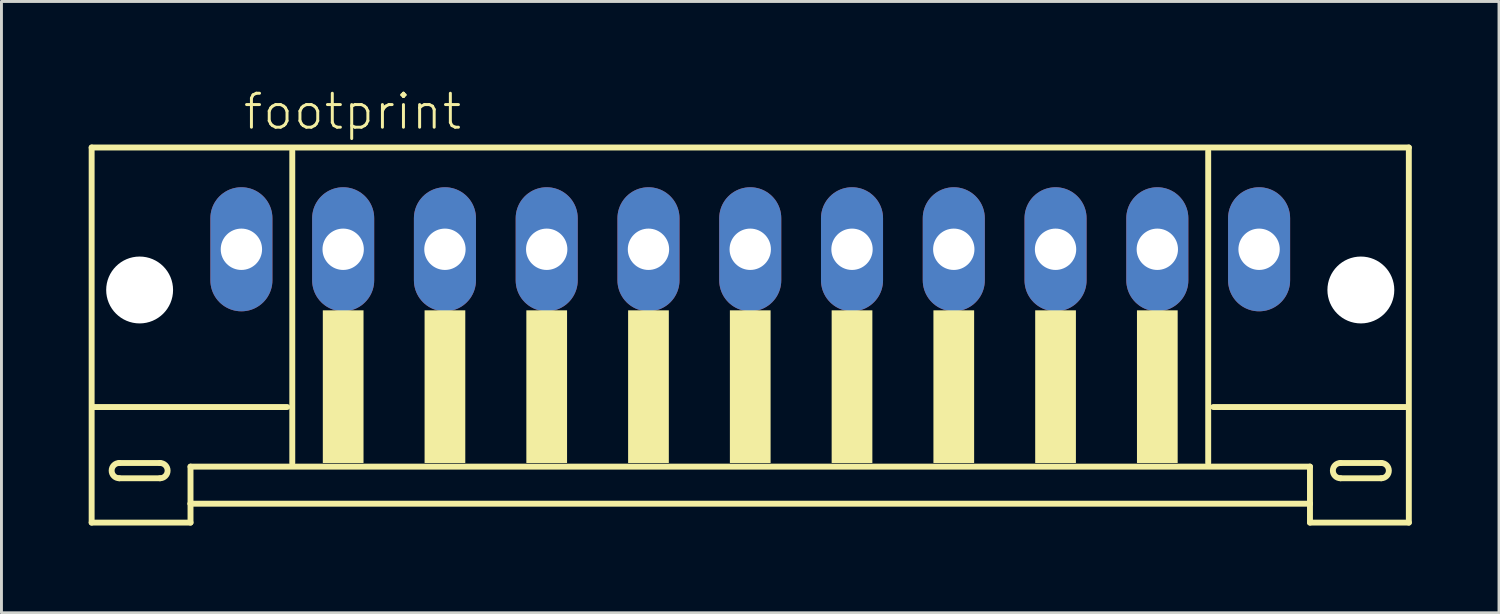
<source format=kicad_pcb>
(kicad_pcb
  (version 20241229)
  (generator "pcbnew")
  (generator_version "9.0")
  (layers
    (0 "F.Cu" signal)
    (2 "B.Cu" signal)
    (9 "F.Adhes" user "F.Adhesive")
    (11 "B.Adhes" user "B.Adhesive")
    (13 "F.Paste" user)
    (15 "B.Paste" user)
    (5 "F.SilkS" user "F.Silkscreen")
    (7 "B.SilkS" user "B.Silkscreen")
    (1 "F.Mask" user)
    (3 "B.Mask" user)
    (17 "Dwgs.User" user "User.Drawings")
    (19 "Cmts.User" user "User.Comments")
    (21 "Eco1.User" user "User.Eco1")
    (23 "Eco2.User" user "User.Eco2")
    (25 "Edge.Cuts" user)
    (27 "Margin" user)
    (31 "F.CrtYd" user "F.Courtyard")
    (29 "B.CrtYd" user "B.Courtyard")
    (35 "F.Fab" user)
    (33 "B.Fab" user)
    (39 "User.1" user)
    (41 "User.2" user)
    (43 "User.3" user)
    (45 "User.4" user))
  (footprint "footprint"
    (layer "F.Cu")
    (at 22.752 7.273)
    (property "Reference" "footprint" (at -17.5 -5.8 0) (layer "F.SilkS") (effects (font (size 1.168 1.168) (thickness 0.102)) (justify left bottom)))
    (fp_line (start -22.65 -5.25) (end -22.65 7.65) (stroke (width 0.203) (type solid)) (layer "F.SilkS"))
    (fp_line (start -22.65 7.65) (end -19.25 7.65) (stroke (width 0.203) (type solid)) (layer "F.SilkS"))
    (fp_line (start -21.7 5.6) (end -20.3 5.6) (stroke (width 0.203) (type solid)) (layer "F.SilkS"))
    (fp_line (start -20.3 6.125) (end -21.7 6.125) (stroke (width 0.203) (type solid)) (layer "F.SilkS"))
    (fp_line (start -19.25 5.725) (end 19.25 5.725) (stroke (width 0.203) (type solid)) (layer "F.SilkS"))
    (fp_line (start -19.25 7) (end -19.25 5.725) (stroke (width 0.203) (type solid)) (layer "F.SilkS"))
    (fp_line (start -19.25 7) (end 19.25 7) (stroke (width 0.203) (type solid)) (layer "F.SilkS"))
    (fp_line (start -19.25 7.65) (end -19.25 7) (stroke (width 0.203) (type solid)) (layer "F.SilkS"))
    (fp_line (start -15.925 3.675) (end -22.575 3.675) (stroke (width 0.203) (type solid)) (layer "F.SilkS"))
    (fp_line (start -15.75 -5.125) (end -15.75 5.6) (stroke (width 0.203) (type solid)) (layer "F.SilkS"))
    (fp_line (start 15.75 5.6) (end 15.75 -5.125) (stroke (width 0.203) (type solid)) (layer "F.SilkS"))
    (fp_line (start 19.25 5.725) (end 19.25 7) (stroke (width 0.203) (type solid)) (layer "F.SilkS"))
    (fp_line (start 19.25 7) (end 19.25 7.65) (stroke (width 0.203) (type solid)) (layer "F.SilkS"))
    (fp_line (start 19.25 7.65) (end 22.65 7.65) (stroke (width 0.203) (type solid)) (layer "F.SilkS"))
    (fp_line (start 20.3 5.6) (end 21.7 5.6) (stroke (width 0.203) (type solid)) (layer "F.SilkS"))
    (fp_line (start 21.7 6.125) (end 20.3 6.125) (stroke (width 0.203) (type solid)) (layer "F.SilkS"))
    (fp_line (start 22.575 3.675) (end 15.925 3.675) (stroke (width 0.203) (type solid)) (layer "F.SilkS"))
    (fp_line (start 22.65 -5.25) (end -22.65 -5.25) (stroke (width 0.203) (type solid)) (layer "F.SilkS"))
    (fp_line (start 22.65 7.65) (end 22.65 -5.25) (stroke (width 0.203) (type solid)) (layer "F.SilkS"))
    (fp_arc (start -21.7 6.125) (mid -21.9625 5.8625) (end -21.7 5.6) (stroke (width 0.2032) (type solid)) (layer "F.SilkS"))
    (fp_arc (start -20.3 5.6) (mid -20.0375 5.8625) (end -20.3 6.125) (stroke (width 0.2032) (type solid)) (layer "F.SilkS"))
    (fp_arc (start 20.3 6.125) (mid 20.0375 5.8625) (end 20.3 5.6) (stroke (width 0.2032) (type solid)) (layer "F.SilkS"))
    (fp_arc (start 21.7 5.6) (mid 21.9625 5.8625) (end 21.7 6.125) (stroke (width 0.2032) (type solid)) (layer "F.SilkS"))
    (fp_poly (pts (xy -14.7 5.6) (xy -13.3 5.6) (xy -13.3 0.35) (xy -14.7 0.35)) (stroke (width 0) (type solid)) (fill yes) (layer "F.SilkS"))
    (fp_poly (pts (xy -11.2 5.6) (xy -9.8 5.6) (xy -9.8 0.35) (xy -11.2 0.35)) (stroke (width 0) (type solid)) (fill yes) (layer "F.SilkS"))
    (fp_poly (pts (xy -7.7 5.6) (xy -6.3 5.6) (xy -6.3 0.35) (xy -7.7 0.35)) (stroke (width 0) (type solid)) (fill yes) (layer "F.SilkS"))
    (fp_poly (pts (xy -4.2 5.6) (xy -2.8 5.6) (xy -2.8 0.35) (xy -4.2 0.35)) (stroke (width 0) (type solid)) (fill yes) (layer "F.SilkS"))
    (fp_poly (pts (xy -0.7 5.6) (xy 0.7 5.6) (xy 0.7 0.35) (xy -0.7 0.35)) (stroke (width 0) (type solid)) (fill yes) (layer "F.SilkS"))
    (fp_poly (pts (xy 2.8 5.6) (xy 4.2 5.6) (xy 4.2 0.35) (xy 2.8 0.35)) (stroke (width 0) (type solid)) (fill yes) (layer "F.SilkS"))
    (fp_poly (pts (xy 6.3 5.6) (xy 7.7 5.6) (xy 7.7 0.35) (xy 6.3 0.35)) (stroke (width 0) (type solid)) (fill yes) (layer "F.SilkS"))
    (fp_poly (pts (xy 9.8 5.6) (xy 11.2 5.6) (xy 11.2 0.35) (xy 9.8 0.35)) (stroke (width 0) (type solid)) (fill yes) (layer "F.SilkS"))
    (fp_poly (pts (xy 13.3 5.6) (xy 14.7 5.6) (xy 14.7 0.35) (xy 13.3 0.35)) (stroke (width 0) (type solid)) (fill yes) (layer "F.SilkS"))
    (pad "" np_thru_hole circle (at -21 -0.35) (size 2.3 2.3) (drill 2.3) (layers "*.Cu" "*.Mask"))
    (pad "" np_thru_hole circle (at 21 -0.35) (size 2.3 2.3) (drill 2.3) (layers "*.Cu" "*.Mask"))
    (pad "1" thru_hole oval (at -17.5 -1.75 90) (size 4.267 2.134) (drill 1.422) (layers "*.Cu" "*.Mask"))
    (pad "2" thru_hole oval (at -14 -1.75 90) (size 4.267 2.134) (drill 1.422) (layers "*.Cu" "*.Mask"))
    (pad "3" thru_hole oval (at -10.5 -1.75 90) (size 4.267 2.134) (drill 1.422) (layers "*.Cu" "*.Mask"))
    (pad "4" thru_hole oval (at -7 -1.75 90) (size 4.267 2.134) (drill 1.422) (layers "*.Cu" "*.Mask"))
    (pad "5" thru_hole oval (at -3.5 -1.75 90) (size 4.267 2.134) (drill 1.422) (layers "*.Cu" "*.Mask"))
    (pad "6" thru_hole oval (at 0 -1.75 90) (size 4.267 2.134) (drill 1.422) (layers "*.Cu" "*.Mask"))
    (pad "7" thru_hole oval (at 3.5 -1.75 90) (size 4.267 2.134) (drill 1.422) (layers "*.Cu" "*.Mask"))
    (pad "8" thru_hole oval (at 7 -1.75 90) (size 4.267 2.134) (drill 1.422) (layers "*.Cu" "*.Mask"))
    (pad "9" thru_hole oval (at 10.5 -1.75 90) (size 4.267 2.134) (drill 1.422) (layers "*.Cu" "*.Mask"))
    (pad "10" thru_hole oval (at 14 -1.75 90) (size 4.267 2.134) (drill 1.422) (layers "*.Cu" "*.Mask"))
    (pad "11" thru_hole oval (at 17.5 -1.75 90) (size 4.267 2.134) (drill 1.422) (layers "*.Cu" "*.Mask")))
  (gr_rect
    (start -3 -3)
    (end 48.503 18.025)
    (stroke (width 0.1) (type default))
    (fill no)
    (layer "Edge.Cuts")))
</source>
